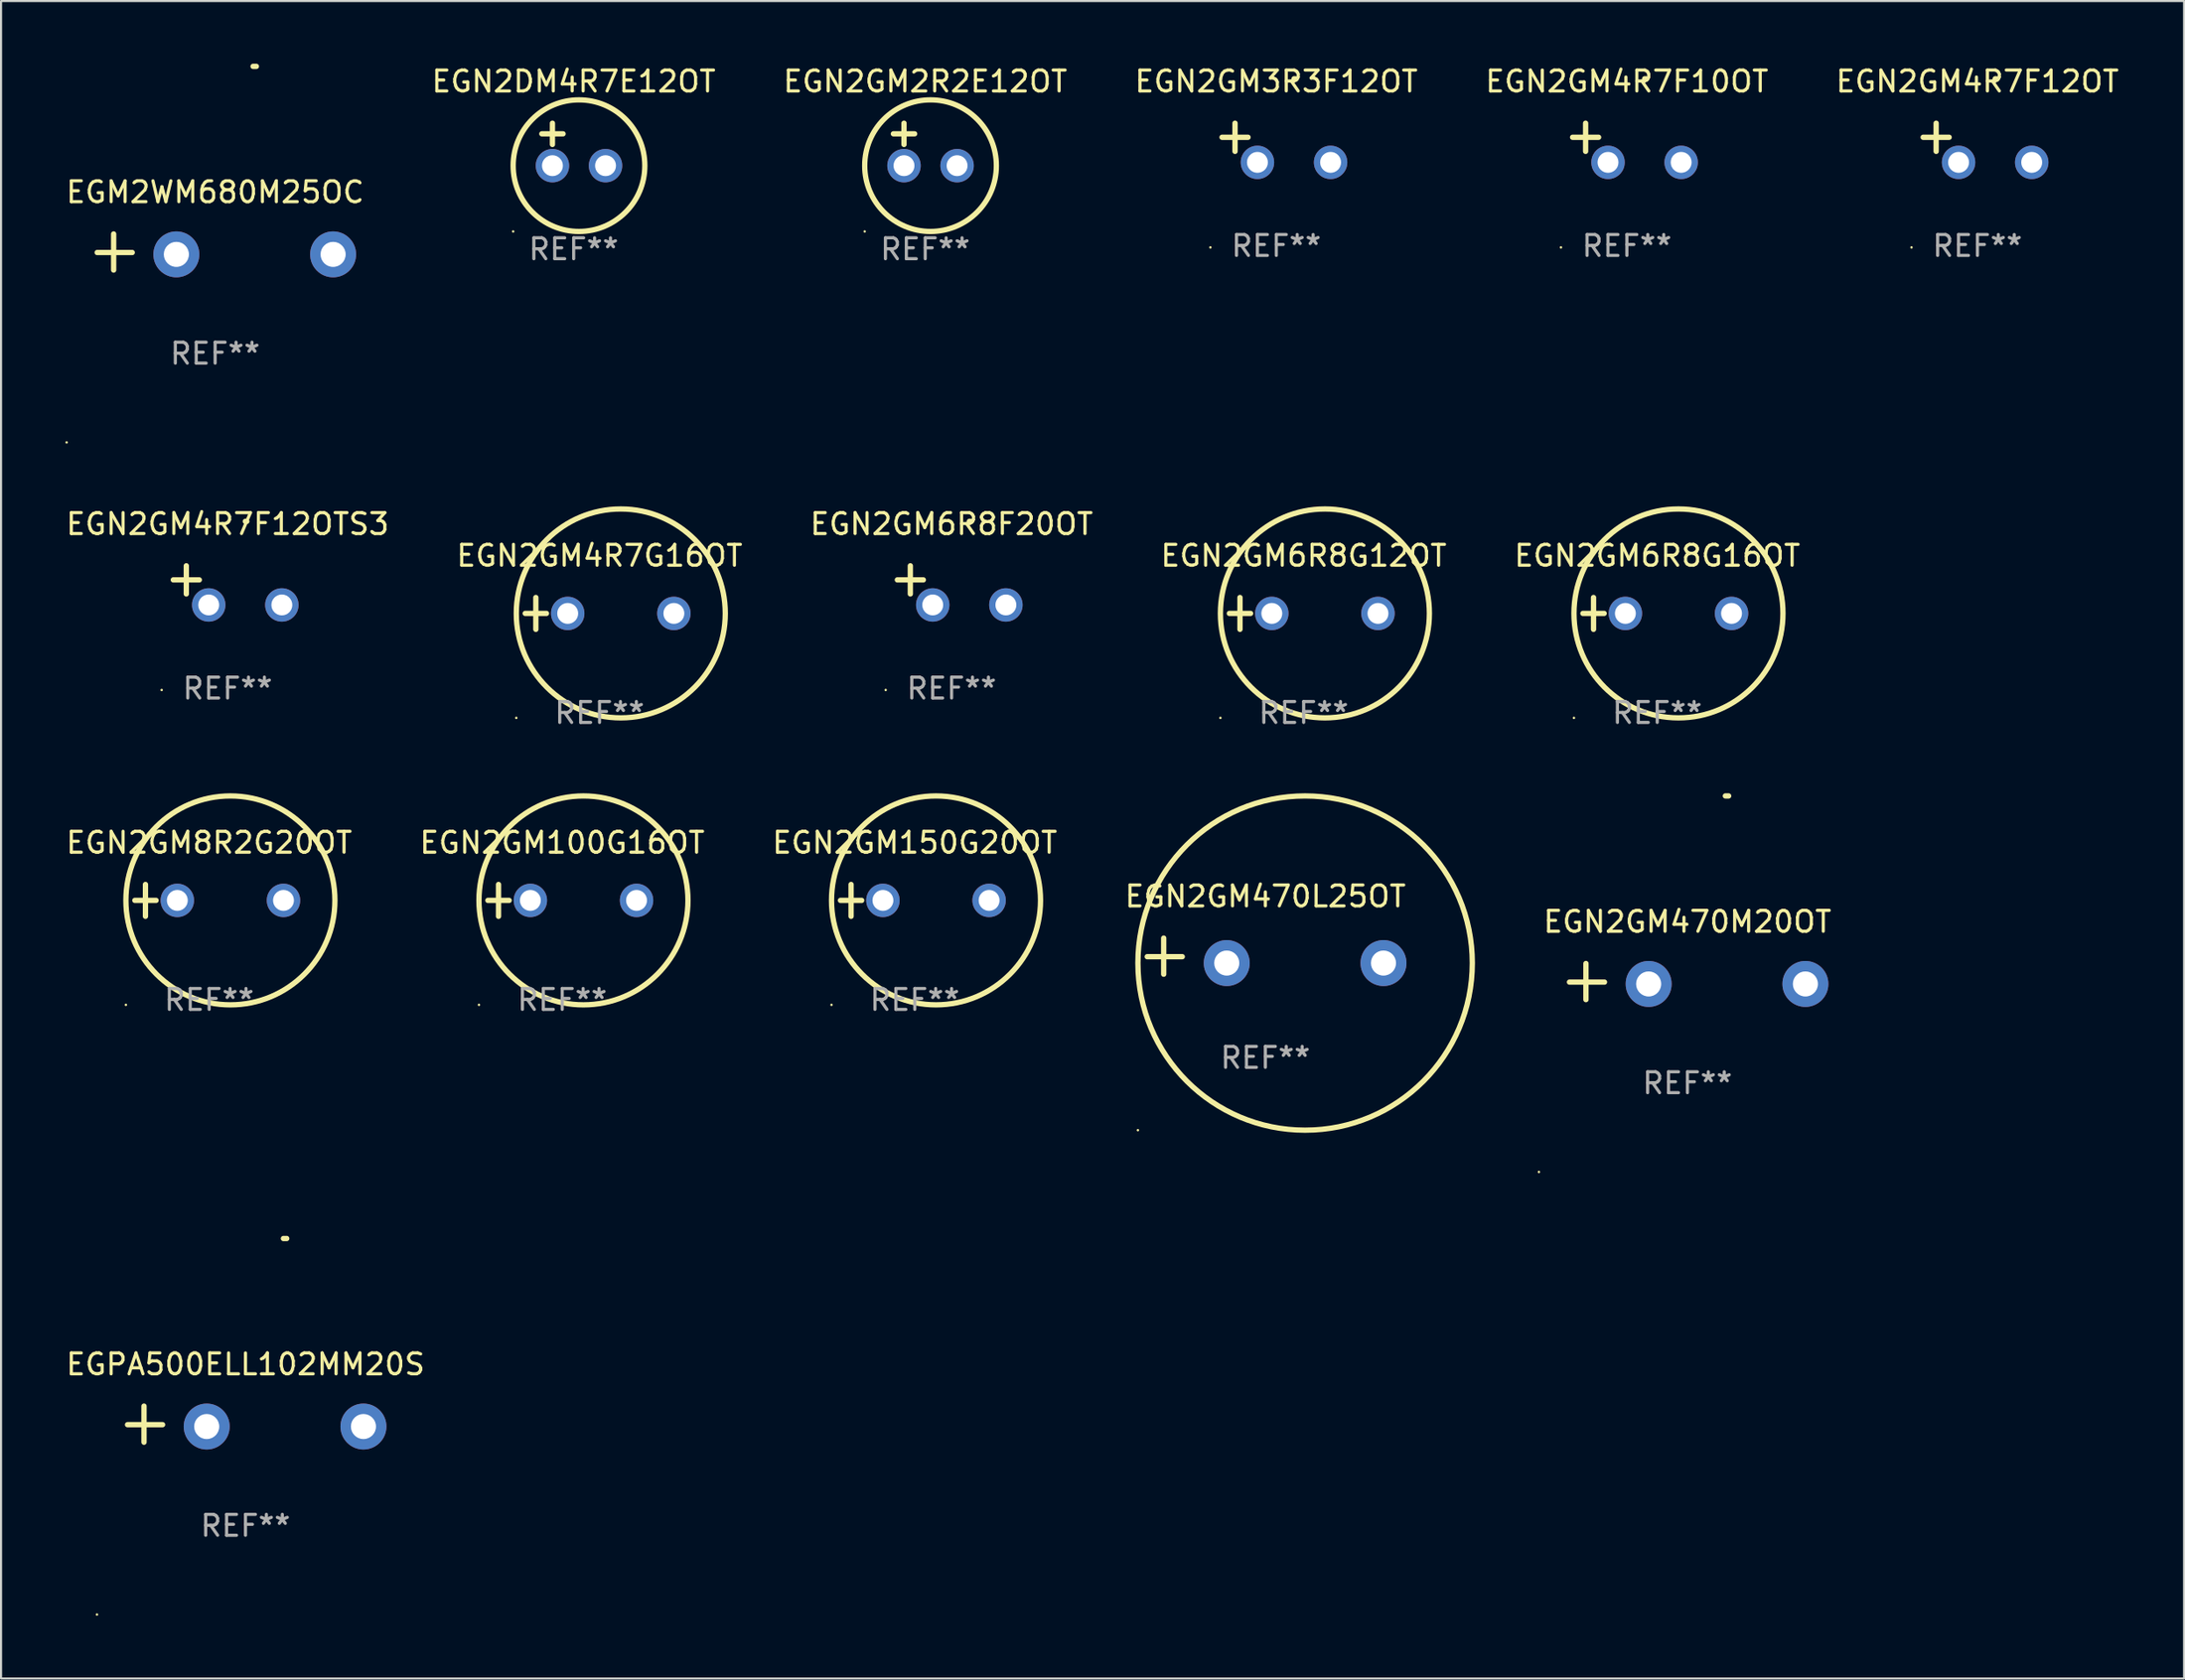
<source format=kicad_pcb>
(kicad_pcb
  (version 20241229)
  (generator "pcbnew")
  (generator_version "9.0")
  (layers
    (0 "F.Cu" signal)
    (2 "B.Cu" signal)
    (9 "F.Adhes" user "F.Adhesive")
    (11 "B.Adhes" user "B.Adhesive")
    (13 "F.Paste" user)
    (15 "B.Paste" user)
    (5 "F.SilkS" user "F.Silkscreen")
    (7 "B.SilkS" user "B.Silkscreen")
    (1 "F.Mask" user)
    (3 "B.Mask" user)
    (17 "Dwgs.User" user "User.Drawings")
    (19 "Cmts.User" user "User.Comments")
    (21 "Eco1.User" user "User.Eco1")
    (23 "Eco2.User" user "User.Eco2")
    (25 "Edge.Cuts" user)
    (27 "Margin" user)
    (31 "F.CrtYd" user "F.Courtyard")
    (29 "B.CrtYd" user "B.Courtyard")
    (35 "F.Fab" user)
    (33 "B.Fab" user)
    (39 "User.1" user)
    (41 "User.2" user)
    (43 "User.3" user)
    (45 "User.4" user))
  (footprint "EGN2GM4R7G16OT"
    (layer "F.Cu")
    (at 25.637 26.314)
    (property "Reference" "EGN2GM4R7G16OT" (at 0 -2.762 0) (layer "F.SilkS") (effects (font (size 1 1) (thickness 0.15))))
    (attr through_hole)
    (fp_line (start -3.556 0) (end -2.54 0) (stroke (width 0.254) (type solid)) (layer "F.SilkS"))
    (fp_line (start -3.048 -0.762) (end -3.048 0.762) (stroke (width 0.254) (type solid)) (layer "F.SilkS"))
    (fp_circle (center -3.984 5) (end -3.954 5) (stroke (width 0.06) (type solid)) (fill no) (layer "F.SilkS"))
    (fp_circle (center 1.016 0) (end 6.016 0) (stroke (width 0.254) (type solid)) (fill no) (layer "F.SilkS"))
    (fp_text user "REF**" (at 0 4.762 0) (layer "F.Fab") (effects (font (size 1 1) (thickness 0.15))))
    (pad "1" thru_hole circle (at -1.524 0) (size 1.6 1.6) (drill 1) (layers "*.Cu" "*.Mask"))
    (pad "2" thru_hole circle (at 3.556 0) (size 1.6 1.6) (drill 1) (layers "*.Cu" "*.Mask")))
  (footprint "EGN2GM6R8G12OT"
    (layer "F.Cu")
    (at 59.327 26.314)
    (property "Reference" "EGN2GM6R8G12OT" (at 0 -2.762 0) (layer "F.SilkS") (effects (font (size 1 1) (thickness 0.15))))
    (attr through_hole)
    (fp_line (start -3.556 0) (end -2.54 0) (stroke (width 0.254) (type solid)) (layer "F.SilkS"))
    (fp_line (start -3.048 -0.762) (end -3.048 0.762) (stroke (width 0.254) (type solid)) (layer "F.SilkS"))
    (fp_circle (center -3.984 5) (end -3.954 5) (stroke (width 0.06) (type solid)) (fill no) (layer "F.SilkS"))
    (fp_circle (center 1.016 0) (end 6.016 0) (stroke (width 0.254) (type solid)) (fill no) (layer "F.SilkS"))
    (fp_text user "REF**" (at 0 4.762 0) (layer "F.Fab") (effects (font (size 1 1) (thickness 0.15))))
    (pad "1" thru_hole circle (at -1.524 0) (size 1.6 1.6) (drill 1) (layers "*.Cu" "*.Mask"))
    (pad "2" thru_hole circle (at 3.556 0) (size 1.6 1.6) (drill 1) (layers "*.Cu" "*.Mask")))
  (footprint "EGN2GM4R7F10OT"
    (layer "F.Cu")
    (at 74.792 3.785)
    (property "Reference" "EGN2GM4R7F10OT" (at 0 -2.937 0) (layer "F.SilkS") (effects (font (size 1 1) (thickness 0.15))))
    (attr through_hole)
    (fp_line (start -1.975 0.41) (end -1.975 -0.937) (stroke (width 0.254) (type solid)) (layer "F.SilkS"))
    (fp_line (start -1.353 -0.263) (end -2.597 -0.263) (stroke (width 0.254) (type solid)) (layer "F.SilkS"))
    (fp_arc (start 0.849809 -3.063957) (mid 0.885369 -3.064114) (end 0.920929 -3.063957) (stroke (width 0.254001) (type solid)) (layer "F.SilkS"))
    (fp_circle (center -3.154 5.008) (end -3.124 5.008) (stroke (width 0.06) (type solid)) (fill no) (layer "F.SilkS"))
    (fp_text user "REF**" (at 0 4.937 0) (layer "F.Fab") (effects (font (size 1 1) (thickness 0.15))))
    (pad "1" thru_hole circle (at -0.903 0.937) (size 1.6 1.6) (drill 1) (layers "*.Cu" "*.Mask"))
    (pad "2" thru_hole circle (at 2.597 0.937) (size 1.6 1.6) (drill 1) (layers "*.Cu" "*.Mask")))
  (footprint "EGN2GM150G20OT"
    (layer "F.Cu")
    (at 40.72 40.051)
    (property "Reference" "EGN2GM150G20OT" (at 0 -2.762 0) (layer "F.SilkS") (effects (font (size 1 1) (thickness 0.15))))
    (attr through_hole)
    (fp_line (start -3.556 0) (end -2.54 0) (stroke (width 0.254) (type solid)) (layer "F.SilkS"))
    (fp_line (start -3.048 -0.762) (end -3.048 0.762) (stroke (width 0.254) (type solid)) (layer "F.SilkS"))
    (fp_circle (center -3.984 5) (end -3.954 5) (stroke (width 0.06) (type solid)) (fill no) (layer "F.SilkS"))
    (fp_circle (center 1.016 0) (end 6.016 0) (stroke (width 0.254) (type solid)) (fill no) (layer "F.SilkS"))
    (fp_text user "REF**" (at 0 4.762 0) (layer "F.Fab") (effects (font (size 1 1) (thickness 0.15))))
    (pad "1" thru_hole circle (at -1.524 0) (size 1.6 1.6) (drill 1) (layers "*.Cu" "*.Mask"))
    (pad "2" thru_hole circle (at 3.556 0) (size 1.6 1.6) (drill 1) (layers "*.Cu" "*.Mask")))
  (footprint "EGN2GM4R7F12OT"
    (layer "F.Cu")
    (at 91.565 3.785)
    (property "Reference" "EGN2GM4R7F12OT" (at 0 -2.937 0) (layer "F.SilkS") (effects (font (size 1 1) (thickness 0.15))))
    (attr through_hole)
    (fp_line (start -1.975 0.41) (end -1.975 -0.937) (stroke (width 0.254) (type solid)) (layer "F.SilkS"))
    (fp_line (start -1.353 -0.263) (end -2.597 -0.263) (stroke (width 0.254) (type solid)) (layer "F.SilkS"))
    (fp_arc (start 0.849809 -3.063957) (mid 0.885369 -3.064114) (end 0.920929 -3.063957) (stroke (width 0.254001) (type solid)) (layer "F.SilkS"))
    (fp_circle (center -3.154 5.008) (end -3.124 5.008) (stroke (width 0.06) (type solid)) (fill no) (layer "F.SilkS"))
    (fp_text user "REF**" (at 0 4.937 0) (layer "F.Fab") (effects (font (size 1 1) (thickness 0.15))))
    (pad "1" thru_hole circle (at -0.903 0.937) (size 1.6 1.6) (drill 1) (layers "*.Cu" "*.Mask"))
    (pad "2" thru_hole circle (at 2.597 0.937) (size 1.6 1.6) (drill 1) (layers "*.Cu" "*.Mask")))
  (footprint "EGN2GM8R2G20OT"
    (layer "F.Cu")
    (at 6.958 40.051)
    (property "Reference" "EGN2GM8R2G20OT" (at 0 -2.762 0) (layer "F.SilkS") (effects (font (size 1 1) (thickness 0.15))))
    (attr through_hole)
    (fp_line (start -3.556 0) (end -2.54 0) (stroke (width 0.254) (type solid)) (layer "F.SilkS"))
    (fp_line (start -3.048 -0.762) (end -3.048 0.762) (stroke (width 0.254) (type solid)) (layer "F.SilkS"))
    (fp_circle (center -3.984 5) (end -3.954 5) (stroke (width 0.06) (type solid)) (fill no) (layer "F.SilkS"))
    (fp_circle (center 1.016 0) (end 6.016 0) (stroke (width 0.254) (type solid)) (fill no) (layer "F.SilkS"))
    (fp_text user "REF**" (at 0 4.762 0) (layer "F.Fab") (effects (font (size 1 1) (thickness 0.15))))
    (pad "1" thru_hole circle (at -1.524 0) (size 1.6 1.6) (drill 1) (layers "*.Cu" "*.Mask"))
    (pad "2" thru_hole circle (at 3.556 0) (size 1.6 1.6) (drill 1) (layers "*.Cu" "*.Mask")))
  (footprint "EGN2GM6R8F20OT"
    (layer "F.Cu")
    (at 42.482 24.971)
    (property "Reference" "EGN2GM6R8F20OT" (at 0 -2.937 0) (layer "F.SilkS") (effects (font (size 1 1) (thickness 0.15))))
    (attr through_hole)
    (fp_line (start -1.975 0.41) (end -1.975 -0.937) (stroke (width 0.254) (type solid)) (layer "F.SilkS"))
    (fp_line (start -1.353 -0.263) (end -2.597 -0.263) (stroke (width 0.254) (type solid)) (layer "F.SilkS"))
    (fp_arc (start 0.849809 -3.063957) (mid 0.885369 -3.064114) (end 0.920929 -3.063957) (stroke (width 0.254001) (type solid)) (layer "F.SilkS"))
    (fp_circle (center -3.154 5.008) (end -3.124 5.008) (stroke (width 0.06) (type solid)) (fill no) (layer "F.SilkS"))
    (fp_text user "REF**" (at 0 4.937 0) (layer "F.Fab") (effects (font (size 1 1) (thickness 0.15))))
    (pad "1" thru_hole circle (at -0.903 0.937) (size 1.6 1.6) (drill 1) (layers "*.Cu" "*.Mask"))
    (pad "2" thru_hole circle (at 2.597 0.937) (size 1.6 1.6) (drill 1) (layers "*.Cu" "*.Mask")))
  (footprint "EGN2GM100G16OT"
    (layer "F.Cu")
    (at 23.851 40.051)
    (property "Reference" "EGN2GM100G16OT" (at 0 -2.762 0) (layer "F.SilkS") (effects (font (size 1 1) (thickness 0.15))))
    (attr through_hole)
    (fp_line (start -3.556 0) (end -2.54 0) (stroke (width 0.254) (type solid)) (layer "F.SilkS"))
    (fp_line (start -3.048 -0.762) (end -3.048 0.762) (stroke (width 0.254) (type solid)) (layer "F.SilkS"))
    (fp_circle (center -3.984 5) (end -3.954 5) (stroke (width 0.06) (type solid)) (fill no) (layer "F.SilkS"))
    (fp_circle (center 1.016 0) (end 6.016 0) (stroke (width 0.254) (type solid)) (fill no) (layer "F.SilkS"))
    (fp_text user "REF**" (at 0 4.762 0) (layer "F.Fab") (effects (font (size 1 1) (thickness 0.15))))
    (pad "1" thru_hole circle (at -1.524 0) (size 1.6 1.6) (drill 1) (layers "*.Cu" "*.Mask"))
    (pad "2" thru_hole circle (at 3.556 0) (size 1.6 1.6) (drill 1) (layers "*.Cu" "*.Mask")))
  (footprint "EGN2GM3R3F12OT"
    (layer "F.Cu")
    (at 58.018 3.785)
    (property "Reference" "EGN2GM3R3F12OT" (at 0 -2.937 0) (layer "F.SilkS") (effects (font (size 1 1) (thickness 0.15))))
    (attr through_hole)
    (fp_line (start -1.975 0.41) (end -1.975 -0.937) (stroke (width 0.254) (type solid)) (layer "F.SilkS"))
    (fp_line (start -1.353 -0.263) (end -2.597 -0.263) (stroke (width 0.254) (type solid)) (layer "F.SilkS"))
    (fp_arc (start 0.849809 -3.063957) (mid 0.885369 -3.064114) (end 0.920929 -3.063957) (stroke (width 0.254001) (type solid)) (layer "F.SilkS"))
    (fp_circle (center -3.154 5.008) (end -3.124 5.008) (stroke (width 0.06) (type solid)) (fill no) (layer "F.SilkS"))
    (fp_text user "REF**" (at 0 4.937 0) (layer "F.Fab") (effects (font (size 1 1) (thickness 0.15))))
    (pad "1" thru_hole circle (at -0.903 0.937) (size 1.6 1.6) (drill 1) (layers "*.Cu" "*.Mask"))
    (pad "2" thru_hole circle (at 2.597 0.937) (size 1.6 1.6) (drill 1) (layers "*.Cu" "*.Mask")))
  (footprint "EGN2GM2R2E12OT"
    (layer "F.Cu")
    (at 41.22 3.864)
    (property "Reference" "EGN2GM2R2E12OT" (at 0 -3.016 0) (layer "F.SilkS") (effects (font (size 1 1) (thickness 0.15))))
    (attr through_hole)
    (fp_line (start -1.524 -0.508) (end -0.508 -0.508) (stroke (width 0.254) (type solid)) (layer "F.SilkS"))
    (fp_line (start -1.016 -1.016) (end -1.016 0) (stroke (width 0.254) (type solid)) (layer "F.SilkS"))
    (fp_circle (center -2.896 4.166) (end -2.866 4.166) (stroke (width 0.06) (type solid)) (fill no) (layer "F.SilkS"))
    (fp_circle (center 0.254 1.016) (end 3.404 1.016) (stroke (width 0.254) (type solid)) (fill no) (layer "F.SilkS"))
    (fp_text user "REF**" (at 0 5.016 0) (layer "F.Fab") (effects (font (size 1 1) (thickness 0.15))))
    (pad "1" thru_hole circle (at -1.016 1.016) (size 1.6 1.6) (drill 1) (layers "*.Cu" "*.Mask"))
    (pad "2" thru_hole circle (at 1.524 1.016) (size 1.6 1.6) (drill 1) (layers "*.Cu" "*.Mask")))
  (footprint "EGM2WM680M25OC"
    (layer "F.Cu")
    (at 7.244 9.013)
    (property "Reference" "EGM2WM680M25OC" (at 0 -2.864 0) (layer "F.SilkS") (effects (font (size 1 1) (thickness 0.15))))
    (attr through_hole)
    (fp_line (start -4.856 0.864) (end -4.856 -0.864) (stroke (width 0.254) (type solid)) (layer "F.SilkS"))
    (fp_line (start -3.967 0.025) (end -5.644 0.025) (stroke (width 0.254) (type solid)) (layer "F.SilkS"))
    (fp_arc (start 1.815024 -8.885649) (mid 1.893764 -8.88599) (end 1.972504 -8.885649) (stroke (width 0.254001) (type solid)) (layer "F.SilkS"))
    (fp_circle (center -7.106 9.114) (end -7.076 9.114) (stroke (width 0.06) (type solid)) (fill no) (layer "F.SilkS"))
    (fp_text user "REF**" (at 0 4.864 0) (layer "F.Fab") (effects (font (size 1 1) (thickness 0.15))))
    (pad "1" thru_hole circle (at -1.856 0.114) (size 2.2 2.2) (drill 1.2) (layers "*.Cu" "*.Mask"))
    (pad "2" thru_hole circle (at 5.644 0.114) (size 2.2 2.2) (drill 1.2) (layers "*.Cu" "*.Mask")))
  (footprint "EGN2GM470L25OT"
    (layer "F.Cu")
    (at 57.494 42.721)
    (property "Reference" "EGN2GM470L25OT" (at 0 -2.864 0) (layer "F.SilkS") (effects (font (size 1 1) (thickness 0.15))))
    (attr through_hole)
    (fp_line (start -4.864 0.864) (end -4.864 -0.864) (stroke (width 0.254) (type solid)) (layer "F.SilkS"))
    (fp_line (start -3.975 0.025) (end -5.652 0.025) (stroke (width 0.254) (type solid)) (layer "F.SilkS"))
    (fp_circle (center -6.098 8.33) (end -6.068 8.33) (stroke (width 0.06) (type solid)) (fill no) (layer "F.SilkS"))
    (fp_circle (center 1.902 0.33) (end 9.902 0.33) (stroke (width 0.254) (type solid)) (fill no) (layer "F.SilkS"))
    (fp_text user "REF**" (at 0 4.864 0) (layer "F.Fab") (effects (font (size 1 1) (thickness 0.15))))
    (pad "1" thru_hole circle (at -1.848 0.33) (size 2.2 2.2) (drill 1.2) (layers "*.Cu" "*.Mask"))
    (pad "2" thru_hole circle (at 5.652 0.33) (size 2.2 2.2) (drill 1.2) (layers "*.Cu" "*.Mask")))
  (footprint "EGPA500ELL102MM20S"
    (layer "F.Cu")
    (at 8.696 65.123)
    (property "Reference" "EGPA500ELL102MM20S" (at 0 -2.864 0) (layer "F.SilkS") (effects (font (size 1 1) (thickness 0.15))))
    (attr through_hole)
    (fp_line (start -4.856 0.864) (end -4.856 -0.864) (stroke (width 0.254) (type solid)) (layer "F.SilkS"))
    (fp_line (start -3.967 0.025) (end -5.644 0.025) (stroke (width 0.254) (type solid)) (layer "F.SilkS"))
    (fp_arc (start 1.815024 -8.885649) (mid 1.893764 -8.88599) (end 1.972504 -8.885649) (stroke (width 0.254001) (type solid)) (layer "F.SilkS"))
    (fp_circle (center -7.106 9.114) (end -7.076 9.114) (stroke (width 0.06) (type solid)) (fill no) (layer "F.SilkS"))
    (fp_text user "REF**" (at 0 4.864 0) (layer "F.Fab") (effects (font (size 1 1) (thickness 0.15))))
    (pad "1" thru_hole circle (at -1.856 0.114) (size 2.2 2.2) (drill 1.2) (layers "*.Cu" "*.Mask"))
    (pad "2" thru_hole circle (at 5.644 0.114) (size 2.2 2.2) (drill 1.2) (layers "*.Cu" "*.Mask")))
  (footprint "EGN2GM470M20OT"
    (layer "F.Cu")
    (at 77.689 43.937)
    (property "Reference" "EGN2GM470M20OT" (at 0 -2.864 0) (layer "F.SilkS") (effects (font (size 1 1) (thickness 0.15))))
    (attr through_hole)
    (fp_line (start -4.856 0.864) (end -4.856 -0.864) (stroke (width 0.254) (type solid)) (layer "F.SilkS"))
    (fp_line (start -3.967 0.025) (end -5.644 0.025) (stroke (width 0.254) (type solid)) (layer "F.SilkS"))
    (fp_arc (start 1.815024 -8.885649) (mid 1.893764 -8.88599) (end 1.972504 -8.885649) (stroke (width 0.254001) (type solid)) (layer "F.SilkS"))
    (fp_circle (center -7.106 9.114) (end -7.076 9.114) (stroke (width 0.06) (type solid)) (fill no) (layer "F.SilkS"))
    (fp_text user "REF**" (at 0 4.864 0) (layer "F.Fab") (effects (font (size 1 1) (thickness 0.15))))
    (pad "1" thru_hole circle (at -1.856 0.114) (size 2.2 2.2) (drill 1.2) (layers "*.Cu" "*.Mask"))
    (pad "2" thru_hole circle (at 5.644 0.114) (size 2.2 2.2) (drill 1.2) (layers "*.Cu" "*.Mask")))
  (footprint "EGN2GM4R7F12OTS3"
    (layer "F.Cu")
    (at 7.839 24.971)
    (property "Reference" "EGN2GM4R7F12OTS3" (at 0 -2.937 0) (layer "F.SilkS") (effects (font (size 1 1) (thickness 0.15))))
    (attr through_hole)
    (fp_line (start -1.975 0.41) (end -1.975 -0.937) (stroke (width 0.254) (type solid)) (layer "F.SilkS"))
    (fp_line (start -1.353 -0.263) (end -2.597 -0.263) (stroke (width 0.254) (type solid)) (layer "F.SilkS"))
    (fp_arc (start 0.849809 -3.063957) (mid 0.885369 -3.064114) (end 0.920929 -3.063957) (stroke (width 0.254001) (type solid)) (layer "F.SilkS"))
    (fp_circle (center -3.154 5.008) (end -3.124 5.008) (stroke (width 0.06) (type solid)) (fill no) (layer "F.SilkS"))
    (fp_text user "REF**" (at 0 4.937 0) (layer "F.Fab") (effects (font (size 1 1) (thickness 0.15))))
    (pad "1" thru_hole circle (at -0.903 0.937) (size 1.6 1.6) (drill 1) (layers "*.Cu" "*.Mask"))
    (pad "2" thru_hole circle (at 2.597 0.937) (size 1.6 1.6) (drill 1) (layers "*.Cu" "*.Mask")))
  (footprint "EGN2DM4R7E12OT"
    (layer "F.Cu")
    (at 24.399 3.864)
    (property "Reference" "EGN2DM4R7E12OT" (at 0 -3.016 0) (layer "F.SilkS") (effects (font (size 1 1) (thickness 0.15))))
    (attr through_hole)
    (fp_line (start -1.524 -0.508) (end -0.508 -0.508) (stroke (width 0.254) (type solid)) (layer "F.SilkS"))
    (fp_line (start -1.016 -1.016) (end -1.016 0) (stroke (width 0.254) (type solid)) (layer "F.SilkS"))
    (fp_circle (center -2.896 4.166) (end -2.866 4.166) (stroke (width 0.06) (type solid)) (fill no) (layer "F.SilkS"))
    (fp_circle (center 0.254 1.016) (end 3.404 1.016) (stroke (width 0.254) (type solid)) (fill no) (layer "F.SilkS"))
    (fp_text user "REF**" (at 0 5.016 0) (layer "F.Fab") (effects (font (size 1 1) (thickness 0.15))))
    (pad "1" thru_hole circle (at -1.016 1.016) (size 1.6 1.6) (drill 1) (layers "*.Cu" "*.Mask"))
    (pad "2" thru_hole circle (at 1.524 1.016) (size 1.6 1.6) (drill 1) (layers "*.Cu" "*.Mask")))
  (footprint "EGN2GM6R8G16OT"
    (layer "F.Cu")
    (at 76.244 26.314)
    (property "Reference" "EGN2GM6R8G16OT" (at 0 -2.762 0) (layer "F.SilkS") (effects (font (size 1 1) (thickness 0.15))))
    (attr through_hole)
    (fp_line (start -3.556 0) (end -2.54 0) (stroke (width 0.254) (type solid)) (layer "F.SilkS"))
    (fp_line (start -3.048 -0.762) (end -3.048 0.762) (stroke (width 0.254) (type solid)) (layer "F.SilkS"))
    (fp_circle (center -3.984 5) (end -3.954 5) (stroke (width 0.06) (type solid)) (fill no) (layer "F.SilkS"))
    (fp_circle (center 1.016 0) (end 6.016 0) (stroke (width 0.254) (type solid)) (fill no) (layer "F.SilkS"))
    (fp_text user "REF**" (at 0 4.762 0) (layer "F.Fab") (effects (font (size 1 1) (thickness 0.15))))
    (pad "1" thru_hole circle (at -1.524 0) (size 1.6 1.6) (drill 1) (layers "*.Cu" "*.Mask"))
    (pad "2" thru_hole circle (at 3.556 0) (size 1.6 1.6) (drill 1) (layers "*.Cu" "*.Mask")))
  (gr_rect
    (start -3 -3)
    (end 101.452 77.297)
    (stroke (width 0.1) (type default))
    (fill no)
    (layer "Edge.Cuts")))
</source>
